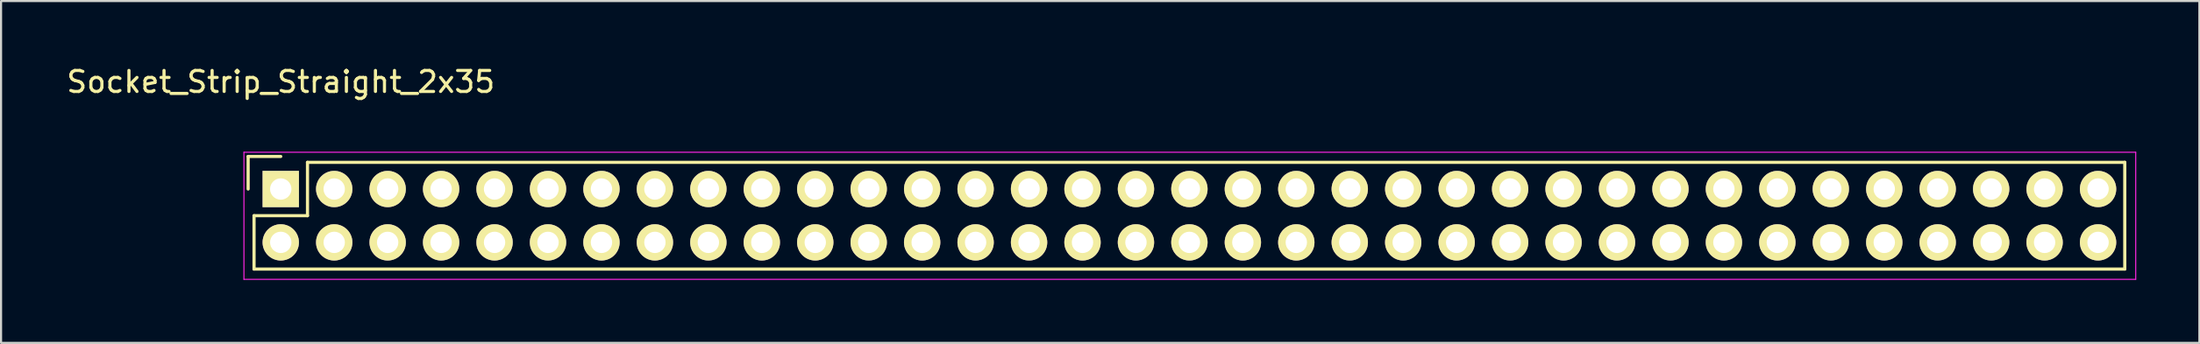
<source format=kicad_pcb>
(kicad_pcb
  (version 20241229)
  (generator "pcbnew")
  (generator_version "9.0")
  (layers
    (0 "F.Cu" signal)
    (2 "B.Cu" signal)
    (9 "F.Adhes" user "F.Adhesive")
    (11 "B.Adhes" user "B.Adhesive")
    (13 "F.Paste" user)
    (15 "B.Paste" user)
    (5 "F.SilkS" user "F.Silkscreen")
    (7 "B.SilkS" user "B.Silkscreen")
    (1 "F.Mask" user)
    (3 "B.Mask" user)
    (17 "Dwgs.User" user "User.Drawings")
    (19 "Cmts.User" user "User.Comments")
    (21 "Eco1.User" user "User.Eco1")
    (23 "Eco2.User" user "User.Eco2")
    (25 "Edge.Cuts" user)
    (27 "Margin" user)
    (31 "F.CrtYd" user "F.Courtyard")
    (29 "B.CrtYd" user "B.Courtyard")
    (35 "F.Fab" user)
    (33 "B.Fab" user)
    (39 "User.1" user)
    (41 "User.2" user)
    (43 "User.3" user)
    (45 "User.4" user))
  (footprint "Socket_Strip_Straight_2x35"
    (layer "F.Cu")
    (at 10.292 5.948)
    (property "Reference" "Socket_Strip_Straight_2x35" (at 0 -5.1 0) (layer "F.SilkS") (effects (font (size 1 1) (thickness 0.15))))
    (attr through_hole)
    (fp_line (start -1.55 -1.55) (end -1.55 0) (stroke (width 0.15) (type solid)) (layer "F.SilkS"))
    (fp_line (start -1.27 1.27) (end 1.27 1.27) (stroke (width 0.15) (type solid)) (layer "F.SilkS"))
    (fp_line (start -1.27 3.81) (end -1.27 1.27) (stroke (width 0.15) (type solid)) (layer "F.SilkS"))
    (fp_line (start 0 -1.55) (end -1.55 -1.55) (stroke (width 0.15) (type solid)) (layer "F.SilkS"))
    (fp_line (start 1.27 -1.27) (end 87.63 -1.27) (stroke (width 0.15) (type solid)) (layer "F.SilkS"))
    (fp_line (start 1.27 1.27) (end 1.27 -1.27) (stroke (width 0.15) (type solid)) (layer "F.SilkS"))
    (fp_line (start 87.63 3.81) (end -1.27 3.81) (stroke (width 0.15) (type solid)) (layer "F.SilkS"))
    (fp_line (start 87.63 3.81) (end 87.63 -1.27) (stroke (width 0.15) (type solid)) (layer "F.SilkS"))
    (fp_line (start -1.75 -1.75) (end -1.75 4.3) (stroke (width 0.05) (type solid)) (layer "F.CrtYd"))
    (fp_line (start -1.75 -1.75) (end 88.15 -1.75) (stroke (width 0.05) (type solid)) (layer "F.CrtYd"))
    (fp_line (start -1.75 4.3) (end 88.15 4.3) (stroke (width 0.05) (type solid)) (layer "F.CrtYd"))
    (fp_line (start 88.15 -1.75) (end 88.15 4.3) (stroke (width 0.05) (type solid)) (layer "F.CrtYd"))
    (pad "1" thru_hole rect (at 0 0) (size 1.727 1.727) (drill 1.016) (layers "*.Cu" "*.Mask" "F.SilkS"))
    (pad "2" thru_hole oval (at 0 2.54) (size 1.727 1.727) (drill 1.016) (layers "*.Cu" "*.Mask" "F.SilkS"))
    (pad "3" thru_hole oval (at 2.54 0) (size 1.727 1.727) (drill 1.016) (layers "*.Cu" "*.Mask" "F.SilkS"))
    (pad "4" thru_hole oval (at 2.54 2.54) (size 1.727 1.727) (drill 1.016) (layers "*.Cu" "*.Mask" "F.SilkS"))
    (pad "5" thru_hole oval (at 5.08 0) (size 1.727 1.727) (drill 1.016) (layers "*.Cu" "*.Mask" "F.SilkS"))
    (pad "6" thru_hole oval (at 5.08 2.54) (size 1.727 1.727) (drill 1.016) (layers "*.Cu" "*.Mask" "F.SilkS"))
    (pad "7" thru_hole oval (at 7.62 0) (size 1.727 1.727) (drill 1.016) (layers "*.Cu" "*.Mask" "F.SilkS"))
    (pad "8" thru_hole oval (at 7.62 2.54) (size 1.727 1.727) (drill 1.016) (layers "*.Cu" "*.Mask" "F.SilkS"))
    (pad "9" thru_hole oval (at 10.16 0) (size 1.727 1.727) (drill 1.016) (layers "*.Cu" "*.Mask" "F.SilkS"))
    (pad "10" thru_hole oval (at 10.16 2.54) (size 1.727 1.727) (drill 1.016) (layers "*.Cu" "*.Mask" "F.SilkS"))
    (pad "11" thru_hole oval (at 12.7 0) (size 1.727 1.727) (drill 1.016) (layers "*.Cu" "*.Mask" "F.SilkS"))
    (pad "12" thru_hole oval (at 12.7 2.54) (size 1.727 1.727) (drill 1.016) (layers "*.Cu" "*.Mask" "F.SilkS"))
    (pad "13" thru_hole oval (at 15.24 0) (size 1.727 1.727) (drill 1.016) (layers "*.Cu" "*.Mask" "F.SilkS"))
    (pad "14" thru_hole oval (at 15.24 2.54) (size 1.727 1.727) (drill 1.016) (layers "*.Cu" "*.Mask" "F.SilkS"))
    (pad "15" thru_hole oval (at 17.78 0) (size 1.727 1.727) (drill 1.016) (layers "*.Cu" "*.Mask" "F.SilkS"))
    (pad "16" thru_hole oval (at 17.78 2.54) (size 1.727 1.727) (drill 1.016) (layers "*.Cu" "*.Mask" "F.SilkS"))
    (pad "17" thru_hole oval (at 20.32 0) (size 1.727 1.727) (drill 1.016) (layers "*.Cu" "*.Mask" "F.SilkS"))
    (pad "18" thru_hole oval (at 20.32 2.54) (size 1.727 1.727) (drill 1.016) (layers "*.Cu" "*.Mask" "F.SilkS"))
    (pad "19" thru_hole oval (at 22.86 0) (size 1.727 1.727) (drill 1.016) (layers "*.Cu" "*.Mask" "F.SilkS"))
    (pad "20" thru_hole oval (at 22.86 2.54) (size 1.727 1.727) (drill 1.016) (layers "*.Cu" "*.Mask" "F.SilkS"))
    (pad "21" thru_hole oval (at 25.4 0) (size 1.727 1.727) (drill 1.016) (layers "*.Cu" "*.Mask" "F.SilkS"))
    (pad "22" thru_hole oval (at 25.4 2.54) (size 1.727 1.727) (drill 1.016) (layers "*.Cu" "*.Mask" "F.SilkS"))
    (pad "23" thru_hole oval (at 27.94 0) (size 1.727 1.727) (drill 1.016) (layers "*.Cu" "*.Mask" "F.SilkS"))
    (pad "24" thru_hole oval (at 27.94 2.54) (size 1.727 1.727) (drill 1.016) (layers "*.Cu" "*.Mask" "F.SilkS"))
    (pad "25" thru_hole oval (at 30.48 0) (size 1.727 1.727) (drill 1.016) (layers "*.Cu" "*.Mask" "F.SilkS"))
    (pad "26" thru_hole oval (at 30.48 2.54) (size 1.727 1.727) (drill 1.016) (layers "*.Cu" "*.Mask" "F.SilkS"))
    (pad "27" thru_hole oval (at 33.02 0) (size 1.727 1.727) (drill 1.016) (layers "*.Cu" "*.Mask" "F.SilkS"))
    (pad "28" thru_hole oval (at 33.02 2.54) (size 1.727 1.727) (drill 1.016) (layers "*.Cu" "*.Mask" "F.SilkS"))
    (pad "29" thru_hole oval (at 35.56 0) (size 1.727 1.727) (drill 1.016) (layers "*.Cu" "*.Mask" "F.SilkS"))
    (pad "30" thru_hole oval (at 35.56 2.54) (size 1.727 1.727) (drill 1.016) (layers "*.Cu" "*.Mask" "F.SilkS"))
    (pad "31" thru_hole oval (at 38.1 0) (size 1.727 1.727) (drill 1.016) (layers "*.Cu" "*.Mask" "F.SilkS"))
    (pad "32" thru_hole oval (at 38.1 2.54) (size 1.727 1.727) (drill 1.016) (layers "*.Cu" "*.Mask" "F.SilkS"))
    (pad "33" thru_hole oval (at 40.64 0) (size 1.727 1.727) (drill 1.016) (layers "*.Cu" "*.Mask" "F.SilkS"))
    (pad "34" thru_hole oval (at 40.64 2.54) (size 1.727 1.727) (drill 1.016) (layers "*.Cu" "*.Mask" "F.SilkS"))
    (pad "35" thru_hole oval (at 43.18 0) (size 1.727 1.727) (drill 1.016) (layers "*.Cu" "*.Mask" "F.SilkS"))
    (pad "36" thru_hole oval (at 43.18 2.54) (size 1.727 1.727) (drill 1.016) (layers "*.Cu" "*.Mask" "F.SilkS"))
    (pad "37" thru_hole oval (at 45.72 0) (size 1.727 1.727) (drill 1.016) (layers "*.Cu" "*.Mask" "F.SilkS"))
    (pad "38" thru_hole oval (at 45.72 2.54) (size 1.727 1.727) (drill 1.016) (layers "*.Cu" "*.Mask" "F.SilkS"))
    (pad "39" thru_hole oval (at 48.26 0) (size 1.727 1.727) (drill 1.016) (layers "*.Cu" "*.Mask" "F.SilkS"))
    (pad "40" thru_hole oval (at 48.26 2.54) (size 1.727 1.727) (drill 1.016) (layers "*.Cu" "*.Mask" "F.SilkS"))
    (pad "41" thru_hole oval (at 50.8 0) (size 1.727 1.727) (drill 1.016) (layers "*.Cu" "*.Mask" "F.SilkS"))
    (pad "42" thru_hole oval (at 50.8 2.54) (size 1.727 1.727) (drill 1.016) (layers "*.Cu" "*.Mask" "F.SilkS"))
    (pad "43" thru_hole oval (at 53.34 0) (size 1.727 1.727) (drill 1.016) (layers "*.Cu" "*.Mask" "F.SilkS"))
    (pad "44" thru_hole oval (at 53.34 2.54) (size 1.727 1.727) (drill 1.016) (layers "*.Cu" "*.Mask" "F.SilkS"))
    (pad "45" thru_hole oval (at 55.88 0) (size 1.727 1.727) (drill 1.016) (layers "*.Cu" "*.Mask" "F.SilkS"))
    (pad "46" thru_hole oval (at 55.88 2.54) (size 1.727 1.727) (drill 1.016) (layers "*.Cu" "*.Mask" "F.SilkS"))
    (pad "47" thru_hole oval (at 58.42 0) (size 1.727 1.727) (drill 1.016) (layers "*.Cu" "*.Mask" "F.SilkS"))
    (pad "48" thru_hole oval (at 58.42 2.54) (size 1.727 1.727) (drill 1.016) (layers "*.Cu" "*.Mask" "F.SilkS"))
    (pad "49" thru_hole oval (at 60.96 0) (size 1.727 1.727) (drill 1.016) (layers "*.Cu" "*.Mask" "F.SilkS"))
    (pad "50" thru_hole oval (at 60.96 2.54) (size 1.727 1.727) (drill 1.016) (layers "*.Cu" "*.Mask" "F.SilkS"))
    (pad "51" thru_hole oval (at 63.5 0) (size 1.727 1.727) (drill 1.016) (layers "*.Cu" "*.Mask" "F.SilkS"))
    (pad "52" thru_hole oval (at 63.5 2.54) (size 1.727 1.727) (drill 1.016) (layers "*.Cu" "*.Mask" "F.SilkS"))
    (pad "53" thru_hole oval (at 66.04 0) (size 1.727 1.727) (drill 1.016) (layers "*.Cu" "*.Mask" "F.SilkS"))
    (pad "54" thru_hole oval (at 66.04 2.54) (size 1.727 1.727) (drill 1.016) (layers "*.Cu" "*.Mask" "F.SilkS"))
    (pad "55" thru_hole oval (at 68.58 0) (size 1.727 1.727) (drill 1.016) (layers "*.Cu" "*.Mask" "F.SilkS"))
    (pad "56" thru_hole oval (at 68.58 2.54) (size 1.727 1.727) (drill 1.016) (layers "*.Cu" "*.Mask" "F.SilkS"))
    (pad "57" thru_hole oval (at 71.12 0) (size 1.727 1.727) (drill 1.016) (layers "*.Cu" "*.Mask" "F.SilkS"))
    (pad "58" thru_hole oval (at 71.12 2.54) (size 1.727 1.727) (drill 1.016) (layers "*.Cu" "*.Mask" "F.SilkS"))
    (pad "59" thru_hole oval (at 73.66 0) (size 1.727 1.727) (drill 1.016) (layers "*.Cu" "*.Mask" "F.SilkS"))
    (pad "60" thru_hole oval (at 73.66 2.54) (size 1.727 1.727) (drill 1.016) (layers "*.Cu" "*.Mask" "F.SilkS"))
    (pad "61" thru_hole oval (at 76.2 0) (size 1.727 1.727) (drill 1.016) (layers "*.Cu" "*.Mask" "F.SilkS"))
    (pad "62" thru_hole oval (at 76.2 2.54) (size 1.727 1.727) (drill 1.016) (layers "*.Cu" "*.Mask" "F.SilkS"))
    (pad "63" thru_hole oval (at 78.74 0) (size 1.727 1.727) (drill 1.016) (layers "*.Cu" "*.Mask" "F.SilkS"))
    (pad "64" thru_hole oval (at 78.74 2.54) (size 1.727 1.727) (drill 1.016) (layers "*.Cu" "*.Mask" "F.SilkS"))
    (pad "65" thru_hole oval (at 81.28 0) (size 1.727 1.727) (drill 1.016) (layers "*.Cu" "*.Mask" "F.SilkS"))
    (pad "66" thru_hole oval (at 81.28 2.54) (size 1.727 1.727) (drill 1.016) (layers "*.Cu" "*.Mask" "F.SilkS"))
    (pad "67" thru_hole oval (at 83.82 0) (size 1.727 1.727) (drill 1.016) (layers "*.Cu" "*.Mask" "F.SilkS"))
    (pad "68" thru_hole oval (at 83.82 2.54) (size 1.727 1.727) (drill 1.016) (layers "*.Cu" "*.Mask" "F.SilkS"))
    (pad "69" thru_hole oval (at 86.36 0) (size 1.727 1.727) (drill 1.016) (layers "*.Cu" "*.Mask" "F.SilkS"))
    (pad "70" thru_hole oval (at 86.36 2.54) (size 1.727 1.727) (drill 1.016) (layers "*.Cu" "*.Mask" "F.SilkS")))
  (gr_rect
    (start -3 -3)
    (end 101.467 13.273)
    (stroke (width 0.1) (type default))
    (fill no)
    (layer "Edge.Cuts")))
</source>
